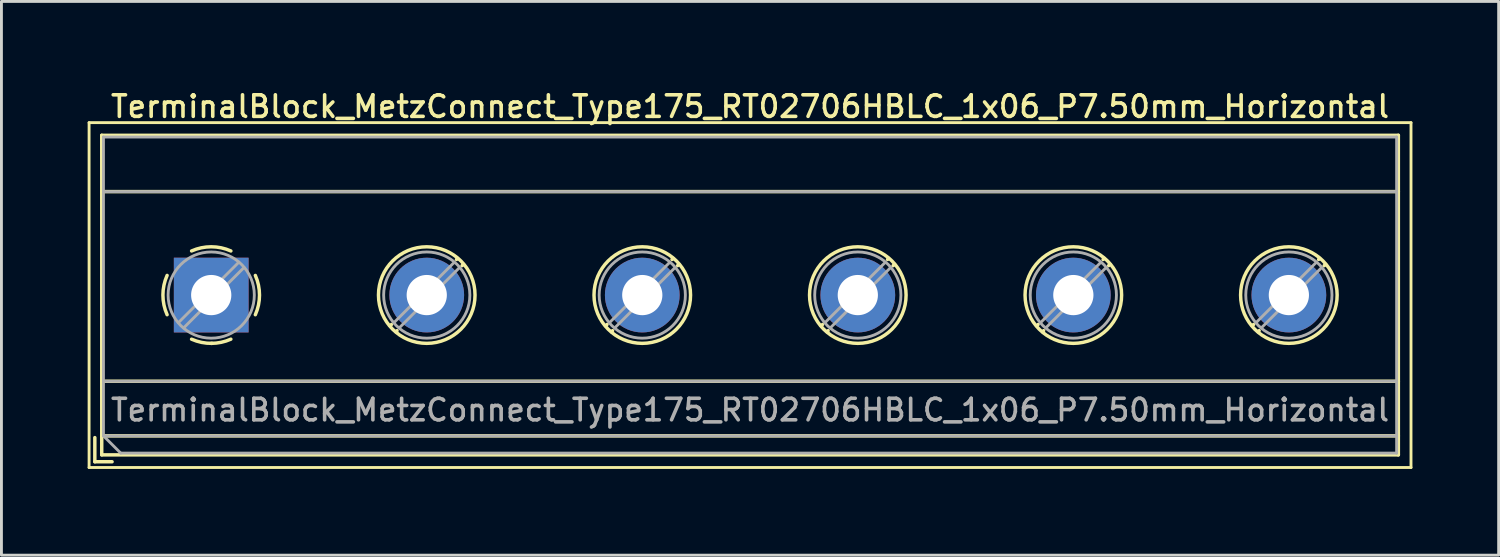
<source format=kicad_pcb>
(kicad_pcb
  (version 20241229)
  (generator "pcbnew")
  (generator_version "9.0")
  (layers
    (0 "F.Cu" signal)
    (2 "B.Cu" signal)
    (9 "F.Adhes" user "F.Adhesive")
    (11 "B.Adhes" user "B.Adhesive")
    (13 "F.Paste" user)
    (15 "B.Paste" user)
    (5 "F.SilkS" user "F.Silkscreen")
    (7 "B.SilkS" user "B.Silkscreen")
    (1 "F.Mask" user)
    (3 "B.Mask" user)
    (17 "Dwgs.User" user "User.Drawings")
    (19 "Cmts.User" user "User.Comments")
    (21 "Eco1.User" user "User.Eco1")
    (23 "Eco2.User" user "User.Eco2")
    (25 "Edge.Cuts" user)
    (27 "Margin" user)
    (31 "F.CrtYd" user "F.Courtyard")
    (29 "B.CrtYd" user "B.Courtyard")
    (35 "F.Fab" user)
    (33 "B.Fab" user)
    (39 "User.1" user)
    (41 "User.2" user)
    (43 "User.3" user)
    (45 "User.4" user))
  (footprint "TerminalBlock_MetzConnect_Type175_RT02706HBLC_1x06_P7.50mm_Horizontal"
    (layer "F.Cu")
    (at 4.3 7.218)
    (property "Reference" "TerminalBlock_MetzConnect_Type175_RT02706HBLC_1x06_P7.50mm_Horizontal" (at 18.75 -6.56 0) (layer "F.SilkS") (effects (font (size 0.75 0.75) (thickness 0.125))))
    (attr through_hole)
    (fp_line (start -4.25 -6) (end -4.25 6) (stroke (width 0.1) (type solid)) (layer "F.SilkS"))
    (fp_line (start -4.25 6) (end 41.75 6) (stroke (width 0.1) (type solid)) (layer "F.SilkS"))
    (fp_line (start -4.05 4.96) (end -4.05 5.8) (stroke (width 0.12) (type solid)) (layer "F.SilkS"))
    (fp_line (start -4.05 5.8) (end -3.45 5.8) (stroke (width 0.12) (type solid)) (layer "F.SilkS"))
    (fp_line (start -3.81 -5.56) (end -3.81 5.56) (stroke (width 0.12) (type solid)) (layer "F.SilkS"))
    (fp_line (start -3.81 -5.56) (end 41.31 -5.56) (stroke (width 0.12) (type solid)) (layer "F.SilkS"))
    (fp_line (start -3.81 -3.6) (end 41.31 -3.6) (stroke (width 0.12) (type solid)) (layer "F.SilkS"))
    (fp_line (start -3.81 3) (end 41.31 3) (stroke (width 0.12) (type solid)) (layer "F.SilkS"))
    (fp_line (start -3.81 4.9) (end 41.31 4.9) (stroke (width 0.12) (type solid)) (layer "F.SilkS"))
    (fp_line (start -3.81 5.56) (end 41.31 5.56) (stroke (width 0.12) (type solid)) (layer "F.SilkS"))
    (fp_line (start 6.273 1.023) (end 6.226 1.069) (stroke (width 0.12) (type solid)) (layer "F.SilkS"))
    (fp_line (start 6.466 1.239) (end 6.431 1.274) (stroke (width 0.12) (type solid)) (layer "F.SilkS"))
    (fp_line (start 8.57 -1.275) (end 8.535 -1.239) (stroke (width 0.12) (type solid)) (layer "F.SilkS"))
    (fp_line (start 8.775 -1.069) (end 8.728 -1.023) (stroke (width 0.12) (type solid)) (layer "F.SilkS"))
    (fp_line (start 13.773 1.023) (end 13.726 1.069) (stroke (width 0.12) (type solid)) (layer "F.SilkS"))
    (fp_line (start 13.966 1.239) (end 13.931 1.274) (stroke (width 0.12) (type solid)) (layer "F.SilkS"))
    (fp_line (start 16.07 -1.275) (end 16.035 -1.239) (stroke (width 0.12) (type solid)) (layer "F.SilkS"))
    (fp_line (start 16.275 -1.069) (end 16.228 -1.023) (stroke (width 0.12) (type solid)) (layer "F.SilkS"))
    (fp_line (start 21.273 1.023) (end 21.226 1.069) (stroke (width 0.12) (type solid)) (layer "F.SilkS"))
    (fp_line (start 21.466 1.239) (end 21.431 1.274) (stroke (width 0.12) (type solid)) (layer "F.SilkS"))
    (fp_line (start 23.57 -1.275) (end 23.535 -1.239) (stroke (width 0.12) (type solid)) (layer "F.SilkS"))
    (fp_line (start 23.775 -1.069) (end 23.728 -1.023) (stroke (width 0.12) (type solid)) (layer "F.SilkS"))
    (fp_line (start 28.773 1.023) (end 28.726 1.069) (stroke (width 0.12) (type solid)) (layer "F.SilkS"))
    (fp_line (start 28.966 1.239) (end 28.931 1.274) (stroke (width 0.12) (type solid)) (layer "F.SilkS"))
    (fp_line (start 31.07 -1.275) (end 31.035 -1.239) (stroke (width 0.12) (type solid)) (layer "F.SilkS"))
    (fp_line (start 31.275 -1.069) (end 31.228 -1.023) (stroke (width 0.12) (type solid)) (layer "F.SilkS"))
    (fp_line (start 36.273 1.023) (end 36.226 1.069) (stroke (width 0.12) (type solid)) (layer "F.SilkS"))
    (fp_line (start 36.466 1.239) (end 36.431 1.274) (stroke (width 0.12) (type solid)) (layer "F.SilkS"))
    (fp_line (start 38.57 -1.275) (end 38.535 -1.239) (stroke (width 0.12) (type solid)) (layer "F.SilkS"))
    (fp_line (start 38.775 -1.069) (end 38.728 -1.023) (stroke (width 0.12) (type solid)) (layer "F.SilkS"))
    (fp_line (start 41.31 -5.56) (end 41.31 5.56) (stroke (width 0.12) (type solid)) (layer "F.SilkS"))
    (fp_line (start 41.75 -6) (end -4.25 -6) (stroke (width 0.1) (type solid)) (layer "F.SilkS"))
    (fp_line (start 41.75 6) (end 41.75 -6) (stroke (width 0.1) (type solid)) (layer "F.SilkS"))
    (fp_arc (start -1.535427 0.683042) (mid -1.680501 -0.000524) (end -1.535 -0.684) (stroke (width 0.12) (type solid)) (layer "F.SilkS"))
    (fp_arc (start -0.683042 -1.535427) (mid 0.000524 -1.680501) (end 0.684 -1.535) (stroke (width 0.12) (type solid)) (layer "F.SilkS"))
    (fp_arc (start 0.028805 1.680253) (mid -0.335551 1.646659) (end -0.684 1.535) (stroke (width 0.12) (type solid)) (layer "F.SilkS"))
    (fp_arc (start 0.683318 1.534756) (mid 0.349292 1.643288) (end 0 1.68) (stroke (width 0.12) (type solid)) (layer "F.SilkS"))
    (fp_arc (start 1.535427 -0.683042) (mid 1.680501 0.000524) (end 1.535 0.684) (stroke (width 0.12) (type solid)) (layer "F.SilkS"))
    (fp_circle (center 7.5 0) (end 9.18 0) (stroke (width 0.12) (type solid)) (fill no) (layer "F.SilkS"))
    (fp_circle (center 15 0) (end 16.68 0) (stroke (width 0.12) (type solid)) (fill no) (layer "F.SilkS"))
    (fp_circle (center 22.5 0) (end 24.18 0) (stroke (width 0.12) (type solid)) (fill no) (layer "F.SilkS"))
    (fp_circle (center 30 0) (end 31.68 0) (stroke (width 0.12) (type solid)) (fill no) (layer "F.SilkS"))
    (fp_circle (center 37.5 0) (end 39.18 0) (stroke (width 0.12) (type solid)) (fill no) (layer "F.SilkS"))
    (fp_line (start -3.75 -5.5) (end 41.25 -5.5) (stroke (width 0.1) (type solid)) (layer "F.Fab"))
    (fp_line (start -3.75 -3.6) (end 41.25 -3.6) (stroke (width 0.1) (type solid)) (layer "F.Fab"))
    (fp_line (start -3.75 3) (end 41.25 3) (stroke (width 0.1) (type solid)) (layer "F.Fab"))
    (fp_line (start -3.75 4.9) (end -3.75 -5.5) (stroke (width 0.1) (type solid)) (layer "F.Fab"))
    (fp_line (start -3.75 4.9) (end 41.25 4.9) (stroke (width 0.1) (type solid)) (layer "F.Fab"))
    (fp_line (start -3.15 5.5) (end -3.75 4.9) (stroke (width 0.1) (type solid)) (layer "F.Fab"))
    (fp_line (start 0.955 -1.138) (end -1.138 0.955) (stroke (width 0.1) (type solid)) (layer "F.Fab"))
    (fp_line (start 1.138 -0.955) (end -0.955 1.138) (stroke (width 0.1) (type solid)) (layer "F.Fab"))
    (fp_line (start 8.455 -1.138) (end 6.363 0.955) (stroke (width 0.1) (type solid)) (layer "F.Fab"))
    (fp_line (start 8.638 -0.955) (end 6.546 1.138) (stroke (width 0.1) (type solid)) (layer "F.Fab"))
    (fp_line (start 15.955 -1.138) (end 13.863 0.955) (stroke (width 0.1) (type solid)) (layer "F.Fab"))
    (fp_line (start 16.138 -0.955) (end 14.046 1.138) (stroke (width 0.1) (type solid)) (layer "F.Fab"))
    (fp_line (start 23.455 -1.138) (end 21.363 0.955) (stroke (width 0.1) (type solid)) (layer "F.Fab"))
    (fp_line (start 23.638 -0.955) (end 21.546 1.138) (stroke (width 0.1) (type solid)) (layer "F.Fab"))
    (fp_line (start 30.955 -1.138) (end 28.863 0.955) (stroke (width 0.1) (type solid)) (layer "F.Fab"))
    (fp_line (start 31.138 -0.955) (end 29.046 1.138) (stroke (width 0.1) (type solid)) (layer "F.Fab"))
    (fp_line (start 38.455 -1.138) (end 36.363 0.955) (stroke (width 0.1) (type solid)) (layer "F.Fab"))
    (fp_line (start 38.638 -0.955) (end 36.546 1.138) (stroke (width 0.1) (type solid)) (layer "F.Fab"))
    (fp_line (start 41.25 -5.5) (end 41.25 5.5) (stroke (width 0.1) (type solid)) (layer "F.Fab"))
    (fp_line (start 41.25 5.5) (end -3.15 5.5) (stroke (width 0.1) (type solid)) (layer "F.Fab"))
    (fp_circle (center 0 0) (end 1.5 0) (stroke (width 0.1) (type solid)) (fill no) (layer "F.Fab"))
    (fp_circle (center 7.5 0) (end 9 0) (stroke (width 0.1) (type solid)) (fill no) (layer "F.Fab"))
    (fp_circle (center 15 0) (end 16.5 0) (stroke (width 0.1) (type solid)) (fill no) (layer "F.Fab"))
    (fp_circle (center 22.5 0) (end 24 0) (stroke (width 0.1) (type solid)) (fill no) (layer "F.Fab"))
    (fp_circle (center 30 0) (end 31.5 0) (stroke (width 0.1) (type solid)) (fill no) (layer "F.Fab"))
    (fp_circle (center 37.5 0) (end 39 0) (stroke (width 0.1) (type solid)) (fill no) (layer "F.Fab"))
    (fp_text user "${REFERENCE}" (at 18.75 4 0) (layer "F.Fab") (effects (font (size 0.75 0.75) (thickness 0.125))))
    (pad "1" thru_hole rect (at 0 0) (size 2.6 2.6) (drill 1.4) (layers "*.Cu" "*.Mask"))
    (pad "2" thru_hole circle (at 7.5 0) (size 2.6 2.6) (drill 1.4) (layers "*.Cu" "*.Mask"))
    (pad "3" thru_hole circle (at 15 0) (size 2.6 2.6) (drill 1.4) (layers "*.Cu" "*.Mask"))
    (pad "4" thru_hole circle (at 22.5 0) (size 2.6 2.6) (drill 1.4) (layers "*.Cu" "*.Mask"))
    (pad "5" thru_hole circle (at 30 0) (size 2.6 2.6) (drill 1.4) (layers "*.Cu" "*.Mask"))
    (pad "6" thru_hole circle (at 37.5 0) (size 2.6 2.6) (drill 1.4) (layers "*.Cu" "*.Mask")))
  (gr_rect
    (start -3 -3)
    (end 49.1 16.268)
    (stroke (width 0.1) (type default))
    (fill no)
    (layer "Edge.Cuts")))
</source>
